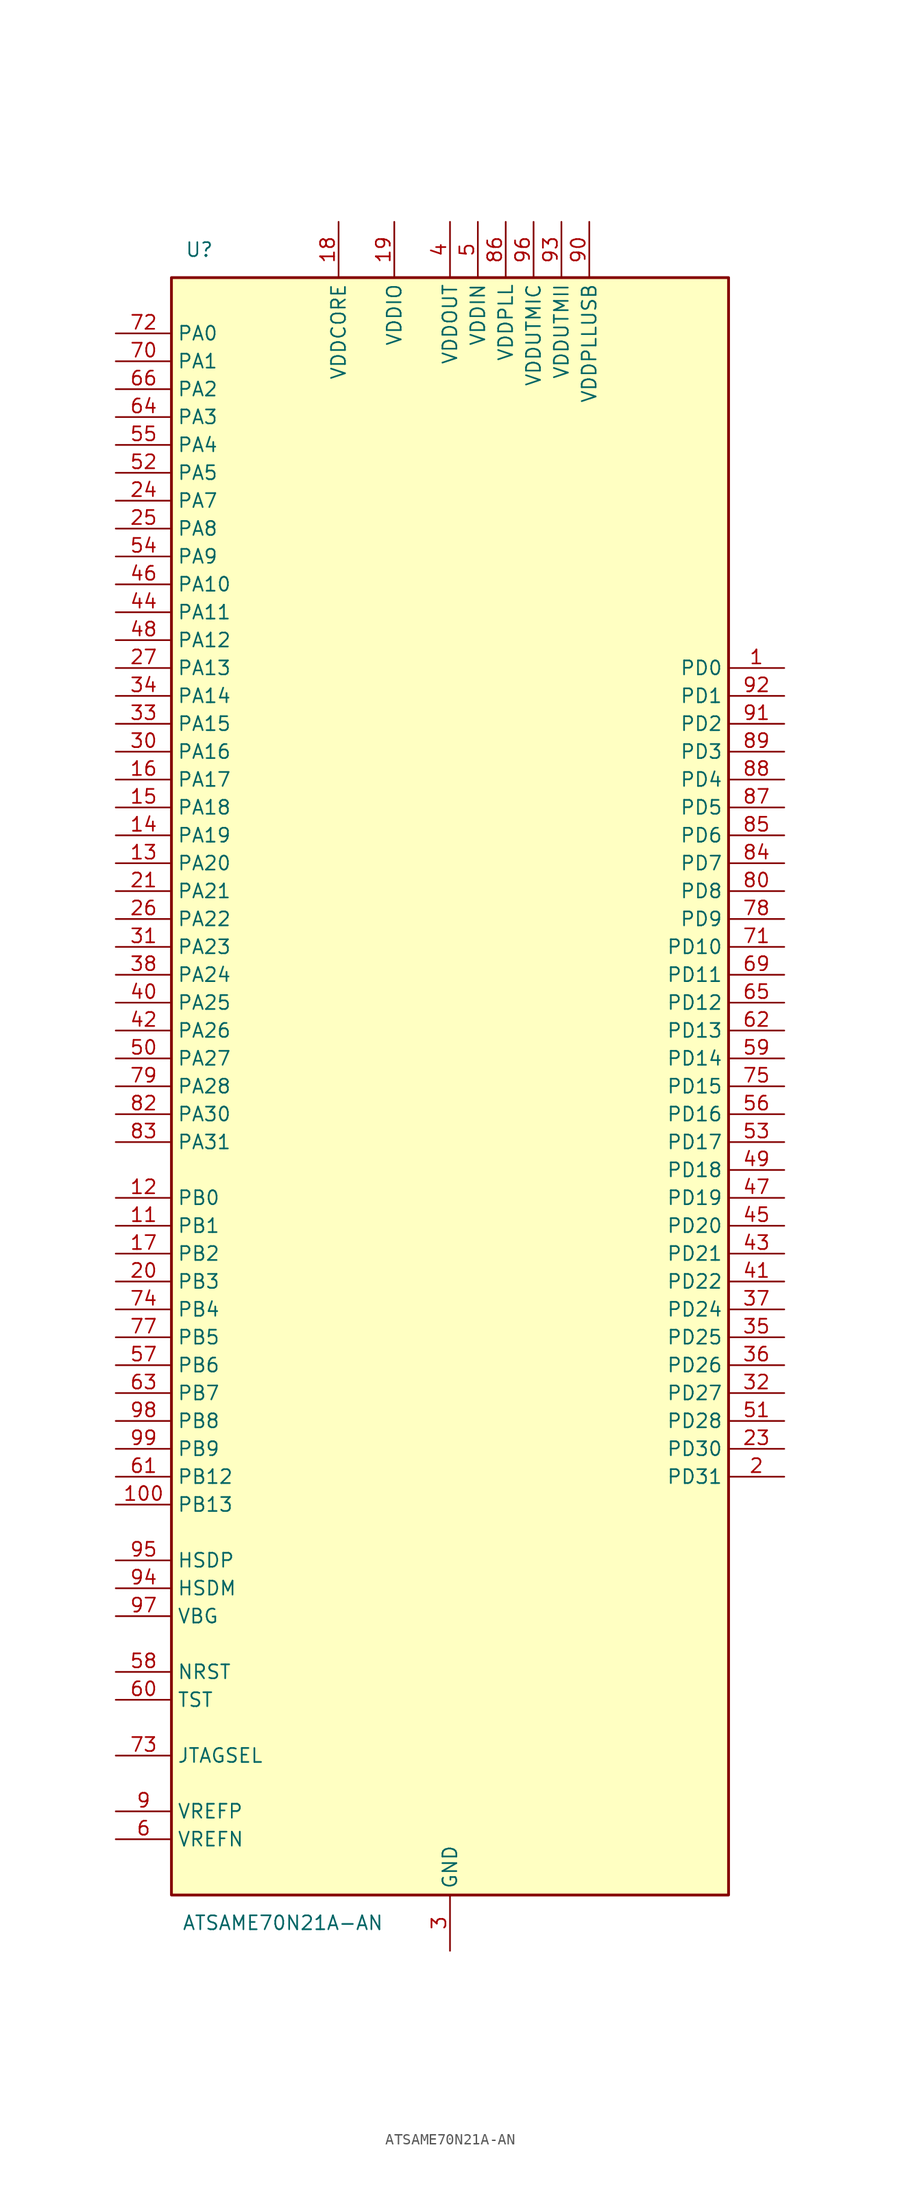
<source format=kicad_sym>
(kicad_symbol_lib
  (version 20211014)
  (generator kicad_symbol_editor)
  (symbol "ATSAME70N21A-AN"
    (property "Reference" "U"
      (at -22.86 76.2 0)
      (effects (font (size 1.27 1.27))))
    (property "Value" "ATSAME70N21A-AN"
      (at -15.24 -76.2 0)
      (effects (font (size 1.27 1.27))))
    (symbol "ATSAME70N21A-AN_0_1"
      (rectangle (start 25.4 73.66) (end -25.4 -73.66) (stroke (width 0.254) (type default) (color 0 0 0 0)) (fill (type background))))
    (symbol "ATSAME70N21A-AN_1_1"
      (pin bidirectional line (at 30.48 38.1 180) (length 5.08) (name "PD0" (effects (font (size 1.27 1.27)))) (number "1" (effects (font (size 1.27 1.27)))))
      (pin passive line (at 0 -78.74 90) (length 5.08) hide (name "GND" (effects (font (size 1.27 1.27)))) (number "10" (effects (font (size 1.27 1.27)))))
      (pin bidirectional line (at -30.48 -38.1 0) (length 5.08) (name "PB13" (effects (font (size 1.27 1.27)))) (number "100" (effects (font (size 1.27 1.27)))))
      (pin bidirectional line (at -30.48 -12.7 0) (length 5.08) (name "PB1" (effects (font (size 1.27 1.27)))) (number "11" (effects (font (size 1.27 1.27)))))
      (pin bidirectional line (at -30.48 -10.16 0) (length 5.08) (name "PB0" (effects (font (size 1.27 1.27)))) (number "12" (effects (font (size 1.27 1.27)))))
      (pin bidirectional line (at -30.48 20.32 0) (length 5.08) (name "PA20" (effects (font (size 1.27 1.27)))) (number "13" (effects (font (size 1.27 1.27)))))
      (pin bidirectional line (at -30.48 22.86 0) (length 5.08) (name "PA19" (effects (font (size 1.27 1.27)))) (number "14" (effects (font (size 1.27 1.27)))))
      (pin bidirectional line (at -30.48 25.4 0) (length 5.08) (name "PA18" (effects (font (size 1.27 1.27)))) (number "15" (effects (font (size 1.27 1.27)))))
      (pin bidirectional line (at -30.48 27.94 0) (length 5.08) (name "PA17" (effects (font (size 1.27 1.27)))) (number "16" (effects (font (size 1.27 1.27)))))
      (pin bidirectional line (at -30.48 -15.24 0) (length 5.08) (name "PB2" (effects (font (size 1.27 1.27)))) (number "17" (effects (font (size 1.27 1.27)))))
      (pin power_in line (at -10.16 78.74 270) (length 5.08) (name "VDDCORE" (effects (font (size 1.27 1.27)))) (number "18" (effects (font (size 1.27 1.27)))))
      (pin power_in line (at -5.08 78.74 270) (length 5.08) (name "VDDIO" (effects (font (size 1.27 1.27)))) (number "19" (effects (font (size 1.27 1.27)))))
      (pin bidirectional line (at 30.48 -35.56 180) (length 5.08) (name "PD31" (effects (font (size 1.27 1.27)))) (number "2" (effects (font (size 1.27 1.27)))))
      (pin bidirectional line (at -30.48 -17.78 0) (length 5.08) (name "PB3" (effects (font (size 1.27 1.27)))) (number "20" (effects (font (size 1.27 1.27)))))
      (pin bidirectional line (at -30.48 17.78 0) (length 5.08) (name "PA21" (effects (font (size 1.27 1.27)))) (number "21" (effects (font (size 1.27 1.27)))))
      (pin passive line (at -10.16 78.74 270) (length 5.08) hide (name "VDDCORE" (effects (font (size 1.27 1.27)))) (number "22" (effects (font (size 1.27 1.27)))))
      (pin bidirectional line (at 30.48 -33.02 180) (length 5.08) (name "PD30" (effects (font (size 1.27 1.27)))) (number "23" (effects (font (size 1.27 1.27)))))
      (pin bidirectional line (at -30.48 53.34 0) (length 5.08) (name "PA7" (effects (font (size 1.27 1.27)))) (number "24" (effects (font (size 1.27 1.27)))))
      (pin bidirectional line (at -30.48 50.8 0) (length 5.08) (name "PA8" (effects (font (size 1.27 1.27)))) (number "25" (effects (font (size 1.27 1.27)))))
      (pin bidirectional line (at -30.48 15.24 0) (length 5.08) (name "PA22" (effects (font (size 1.27 1.27)))) (number "26" (effects (font (size 1.27 1.27)))))
      (pin bidirectional line (at -30.48 38.1 0) (length 5.08) (name "PA13" (effects (font (size 1.27 1.27)))) (number "27" (effects (font (size 1.27 1.27)))))
      (pin passive line (at -5.08 78.74 270) (length 5.08) hide (name "VDDIO" (effects (font (size 1.27 1.27)))) (number "28" (effects (font (size 1.27 1.27)))))
      (pin passive line (at 0 -78.74 90) (length 5.08) hide (name "GND" (effects (font (size 1.27 1.27)))) (number "29" (effects (font (size 1.27 1.27)))))
      (pin power_in line (at 0 -78.74 90) (length 5.08) (name "GND" (effects (font (size 1.27 1.27)))) (number "3" (effects (font (size 1.27 1.27)))))
      (pin bidirectional line (at -30.48 30.48 0) (length 5.08) (name "PA16" (effects (font (size 1.27 1.27)))) (number "30" (effects (font (size 1.27 1.27)))))
      (pin bidirectional line (at -30.48 12.7 0) (length 5.08) (name "PA23" (effects (font (size 1.27 1.27)))) (number "31" (effects (font (size 1.27 1.27)))))
      (pin bidirectional line (at 30.48 -27.94 180) (length 5.08) (name "PD27" (effects (font (size 1.27 1.27)))) (number "32" (effects (font (size 1.27 1.27)))))
      (pin bidirectional line (at -30.48 33.02 0) (length 5.08) (name "PA15" (effects (font (size 1.27 1.27)))) (number "33" (effects (font (size 1.27 1.27)))))
      (pin bidirectional line (at -30.48 35.56 0) (length 5.08) (name "PA14" (effects (font (size 1.27 1.27)))) (number "34" (effects (font (size 1.27 1.27)))))
      (pin bidirectional line (at 30.48 -22.86 180) (length 5.08) (name "PD25" (effects (font (size 1.27 1.27)))) (number "35" (effects (font (size 1.27 1.27)))))
      (pin bidirectional line (at 30.48 -25.4 180) (length 5.08) (name "PD26" (effects (font (size 1.27 1.27)))) (number "36" (effects (font (size 1.27 1.27)))))
      (pin bidirectional line (at 30.48 -20.32 180) (length 5.08) (name "PD24" (effects (font (size 1.27 1.27)))) (number "37" (effects (font (size 1.27 1.27)))))
      (pin bidirectional line (at -30.48 10.16 0) (length 5.08) (name "PA24" (effects (font (size 1.27 1.27)))) (number "38" (effects (font (size 1.27 1.27)))))
      (pin passive line (at -10.16 78.74 270) (length 5.08) hide (name "VDDCORE" (effects (font (size 1.27 1.27)))) (number "39" (effects (font (size 1.27 1.27)))))
      (pin power_in line (at 0 78.74 270) (length 5.08) (name "VDDOUT" (effects (font (size 1.27 1.27)))) (number "4" (effects (font (size 1.27 1.27)))))
      (pin bidirectional line (at -30.48 7.62 0) (length 5.08) (name "PA25" (effects (font (size 1.27 1.27)))) (number "40" (effects (font (size 1.27 1.27)))))
      (pin bidirectional line (at 30.48 -17.78 180) (length 5.08) (name "PD22" (effects (font (size 1.27 1.27)))) (number "41" (effects (font (size 1.27 1.27)))))
      (pin bidirectional line (at -30.48 5.08 0) (length 5.08) (name "PA26" (effects (font (size 1.27 1.27)))) (number "42" (effects (font (size 1.27 1.27)))))
      (pin bidirectional line (at 30.48 -15.24 180) (length 5.08) (name "PD21" (effects (font (size 1.27 1.27)))) (number "43" (effects (font (size 1.27 1.27)))))
      (pin bidirectional line (at -30.48 43.18 0) (length 5.08) (name "PA11" (effects (font (size 1.27 1.27)))) (number "44" (effects (font (size 1.27 1.27)))))
      (pin bidirectional line (at 30.48 -12.7 180) (length 5.08) (name "PD20" (effects (font (size 1.27 1.27)))) (number "45" (effects (font (size 1.27 1.27)))))
      (pin bidirectional line (at -30.48 45.72 0) (length 5.08) (name "PA10" (effects (font (size 1.27 1.27)))) (number "46" (effects (font (size 1.27 1.27)))))
      (pin bidirectional line (at 30.48 -10.16 180) (length 5.08) (name "PD19" (effects (font (size 1.27 1.27)))) (number "47" (effects (font (size 1.27 1.27)))))
      (pin bidirectional line (at -30.48 40.64 0) (length 5.08) (name "PA12" (effects (font (size 1.27 1.27)))) (number "48" (effects (font (size 1.27 1.27)))))
      (pin bidirectional line (at 30.48 -7.62 180) (length 5.08) (name "PD18" (effects (font (size 1.27 1.27)))) (number "49" (effects (font (size 1.27 1.27)))))
      (pin power_in line (at 2.54 78.74 270) (length 5.08) (name "VDDIN" (effects (font (size 1.27 1.27)))) (number "5" (effects (font (size 1.27 1.27)))))
      (pin bidirectional line (at -30.48 2.54 0) (length 5.08) (name "PA27" (effects (font (size 1.27 1.27)))) (number "50" (effects (font (size 1.27 1.27)))))
      (pin bidirectional line (at 30.48 -30.48 180) (length 5.08) (name "PD28" (effects (font (size 1.27 1.27)))) (number "51" (effects (font (size 1.27 1.27)))))
      (pin bidirectional line (at -30.48 55.88 0) (length 5.08) (name "PA5" (effects (font (size 1.27 1.27)))) (number "52" (effects (font (size 1.27 1.27)))))
      (pin bidirectional line (at 30.48 -5.08 180) (length 5.08) (name "PD17" (effects (font (size 1.27 1.27)))) (number "53" (effects (font (size 1.27 1.27)))))
      (pin bidirectional line (at -30.48 48.26 0) (length 5.08) (name "PA9" (effects (font (size 1.27 1.27)))) (number "54" (effects (font (size 1.27 1.27)))))
      (pin bidirectional line (at -30.48 58.42 0) (length 5.08) (name "PA4" (effects (font (size 1.27 1.27)))) (number "55" (effects (font (size 1.27 1.27)))))
      (pin bidirectional line (at 30.48 -2.54 180) (length 5.08) (name "PD16" (effects (font (size 1.27 1.27)))) (number "56" (effects (font (size 1.27 1.27)))))
      (pin bidirectional line (at -30.48 -25.4 0) (length 5.08) (name "PB6" (effects (font (size 1.27 1.27)))) (number "57" (effects (font (size 1.27 1.27)))))
      (pin bidirectional line (at -30.48 -53.34 0) (length 5.08) (name "NRST" (effects (font (size 1.27 1.27)))) (number "58" (effects (font (size 1.27 1.27)))))
      (pin bidirectional line (at 30.48 2.54 180) (length 5.08) (name "PD14" (effects (font (size 1.27 1.27)))) (number "59" (effects (font (size 1.27 1.27)))))
      (pin input line (at -30.48 -68.58 0) (length 5.08) (name "VREFN" (effects (font (size 1.27 1.27)))) (number "6" (effects (font (size 1.27 1.27)))))
      (pin input line (at -30.48 -55.88 0) (length 5.08) (name "TST" (effects (font (size 1.27 1.27)))) (number "60" (effects (font (size 1.27 1.27)))))
      (pin bidirectional line (at -30.48 -35.56 0) (length 5.08) (name "PB12" (effects (font (size 1.27 1.27)))) (number "61" (effects (font (size 1.27 1.27)))))
      (pin bidirectional line (at 30.48 5.08 180) (length 5.08) (name "PD13" (effects (font (size 1.27 1.27)))) (number "62" (effects (font (size 1.27 1.27)))))
      (pin bidirectional line (at -30.48 -27.94 0) (length 5.08) (name "PB7" (effects (font (size 1.27 1.27)))) (number "63" (effects (font (size 1.27 1.27)))))
      (pin bidirectional line (at -30.48 60.96 0) (length 5.08) (name "PA3" (effects (font (size 1.27 1.27)))) (number "64" (effects (font (size 1.27 1.27)))))
      (pin bidirectional line (at 30.48 7.62 180) (length 5.08) (name "PD12" (effects (font (size 1.27 1.27)))) (number "65" (effects (font (size 1.27 1.27)))))
      (pin bidirectional line (at -30.48 63.5 0) (length 5.08) (name "PA2" (effects (font (size 1.27 1.27)))) (number "66" (effects (font (size 1.27 1.27)))))
      (pin passive line (at 0 -78.74 90) (length 5.08) hide (name "GND" (effects (font (size 1.27 1.27)))) (number "67" (effects (font (size 1.27 1.27)))))
      (pin passive line (at -5.08 78.74 270) (length 5.08) hide (name "VDDIO" (effects (font (size 1.27 1.27)))) (number "68" (effects (font (size 1.27 1.27)))))
      (pin bidirectional line (at 30.48 10.16 180) (length 5.08) (name "PD11" (effects (font (size 1.27 1.27)))) (number "69" (effects (font (size 1.27 1.27)))))
      (pin passive line (at 0 -78.74 90) (length 5.08) hide (name "GND" (effects (font (size 1.27 1.27)))) (number "7" (effects (font (size 1.27 1.27)))))
      (pin bidirectional line (at -30.48 66.04 0) (length 5.08) (name "PA1" (effects (font (size 1.27 1.27)))) (number "70" (effects (font (size 1.27 1.27)))))
      (pin bidirectional line (at 30.48 12.7 180) (length 5.08) (name "PD10" (effects (font (size 1.27 1.27)))) (number "71" (effects (font (size 1.27 1.27)))))
      (pin bidirectional line (at -30.48 68.58 0) (length 5.08) (name "PA0" (effects (font (size 1.27 1.27)))) (number "72" (effects (font (size 1.27 1.27)))))
      (pin input line (at -30.48 -60.96 0) (length 5.08) (name "JTAGSEL" (effects (font (size 1.27 1.27)))) (number "73" (effects (font (size 1.27 1.27)))))
      (pin bidirectional line (at -30.48 -20.32 0) (length 5.08) (name "PB4" (effects (font (size 1.27 1.27)))) (number "74" (effects (font (size 1.27 1.27)))))
      (pin bidirectional line (at 30.48 0 180) (length 5.08) (name "PD15" (effects (font (size 1.27 1.27)))) (number "75" (effects (font (size 1.27 1.27)))))
      (pin passive line (at -10.16 78.74 270) (length 5.08) hide (name "VDDCORE" (effects (font (size 1.27 1.27)))) (number "76" (effects (font (size 1.27 1.27)))))
      (pin bidirectional line (at -30.48 -22.86 0) (length 5.08) (name "PB5" (effects (font (size 1.27 1.27)))) (number "77" (effects (font (size 1.27 1.27)))))
      (pin bidirectional line (at 30.48 15.24 180) (length 5.08) (name "PD9" (effects (font (size 1.27 1.27)))) (number "78" (effects (font (size 1.27 1.27)))))
      (pin bidirectional line (at -30.48 0 0) (length 5.08) (name "PA28" (effects (font (size 1.27 1.27)))) (number "79" (effects (font (size 1.27 1.27)))))
      (pin passive line (at 0 -78.74 90) (length 5.08) hide (name "GND" (effects (font (size 1.27 1.27)))) (number "8" (effects (font (size 1.27 1.27)))))
      (pin bidirectional line (at 30.48 17.78 180) (length 5.08) (name "PD8" (effects (font (size 1.27 1.27)))) (number "80" (effects (font (size 1.27 1.27)))))
      (pin passive line (at -5.08 78.74 270) (length 5.08) hide (name "VDDIO" (effects (font (size 1.27 1.27)))) (number "81" (effects (font (size 1.27 1.27)))))
      (pin bidirectional line (at -30.48 -2.54 0) (length 5.08) (name "PA30" (effects (font (size 1.27 1.27)))) (number "82" (effects (font (size 1.27 1.27)))))
      (pin bidirectional line (at -30.48 -5.08 0) (length 5.08) (name "PA31" (effects (font (size 1.27 1.27)))) (number "83" (effects (font (size 1.27 1.27)))))
      (pin bidirectional line (at 30.48 20.32 180) (length 5.08) (name "PD7" (effects (font (size 1.27 1.27)))) (number "84" (effects (font (size 1.27 1.27)))))
      (pin bidirectional line (at 30.48 22.86 180) (length 5.08) (name "PD6" (effects (font (size 1.27 1.27)))) (number "85" (effects (font (size 1.27 1.27)))))
      (pin power_in line (at 5.08 78.74 270) (length 5.08) (name "VDDPLL" (effects (font (size 1.27 1.27)))) (number "86" (effects (font (size 1.27 1.27)))))
      (pin bidirectional line (at 30.48 25.4 180) (length 5.08) (name "PD5" (effects (font (size 1.27 1.27)))) (number "87" (effects (font (size 1.27 1.27)))))
      (pin bidirectional line (at 30.48 27.94 180) (length 5.08) (name "PD4" (effects (font (size 1.27 1.27)))) (number "88" (effects (font (size 1.27 1.27)))))
      (pin bidirectional line (at 30.48 30.48 180) (length 5.08) (name "PD3" (effects (font (size 1.27 1.27)))) (number "89" (effects (font (size 1.27 1.27)))))
      (pin input line (at -30.48 -66.04 0) (length 5.08) (name "VREFP" (effects (font (size 1.27 1.27)))) (number "9" (effects (font (size 1.27 1.27)))))
      (pin power_in line (at 12.7 78.74 270) (length 5.08) (name "VDDPLLUSB" (effects (font (size 1.27 1.27)))) (number "90" (effects (font (size 1.27 1.27)))))
      (pin bidirectional line (at 30.48 33.02 180) (length 5.08) (name "PD2" (effects (font (size 1.27 1.27)))) (number "91" (effects (font (size 1.27 1.27)))))
      (pin bidirectional line (at 30.48 35.56 180) (length 5.08) (name "PD1" (effects (font (size 1.27 1.27)))) (number "92" (effects (font (size 1.27 1.27)))))
      (pin power_in line (at 10.16 78.74 270) (length 5.08) (name "VDDUTMII" (effects (font (size 1.27 1.27)))) (number "93" (effects (font (size 1.27 1.27)))))
      (pin bidirectional line (at -30.48 -45.72 0) (length 5.08) (name "HSDM" (effects (font (size 1.27 1.27)))) (number "94" (effects (font (size 1.27 1.27)))))
      (pin bidirectional line (at -30.48 -43.18 0) (length 5.08) (name "HSDP" (effects (font (size 1.27 1.27)))) (number "95" (effects (font (size 1.27 1.27)))))
      (pin power_in line (at 7.62 78.74 270) (length 5.08) (name "VDDUTMIC" (effects (font (size 1.27 1.27)))) (number "96" (effects (font (size 1.27 1.27)))))
      (pin input line (at -30.48 -48.26 0) (length 5.08) (name "VBG" (effects (font (size 1.27 1.27)))) (number "97" (effects (font (size 1.27 1.27)))))
      (pin bidirectional line (at -30.48 -30.48 0) (length 5.08) (name "PB8" (effects (font (size 1.27 1.27)))) (number "98" (effects (font (size 1.27 1.27)))))
      (pin bidirectional line (at -30.48 -33.02 0) (length 5.08) (name "PB9" (effects (font (size 1.27 1.27)))) (number "99" (effects (font (size 1.27 1.27))))))))
</source>
